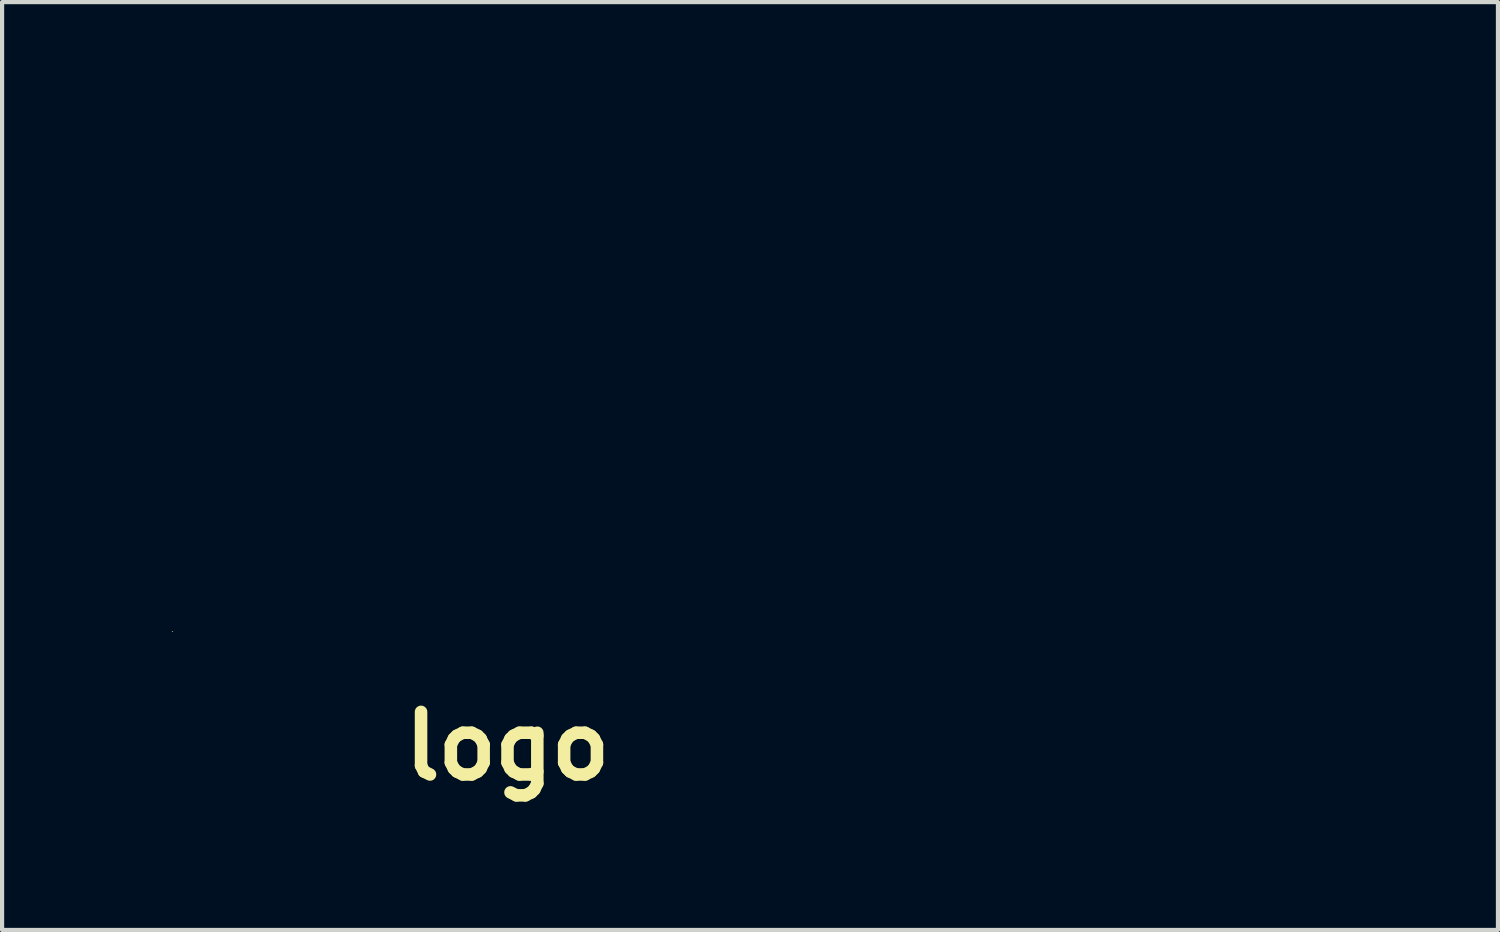
<source format=kicad_pcb>
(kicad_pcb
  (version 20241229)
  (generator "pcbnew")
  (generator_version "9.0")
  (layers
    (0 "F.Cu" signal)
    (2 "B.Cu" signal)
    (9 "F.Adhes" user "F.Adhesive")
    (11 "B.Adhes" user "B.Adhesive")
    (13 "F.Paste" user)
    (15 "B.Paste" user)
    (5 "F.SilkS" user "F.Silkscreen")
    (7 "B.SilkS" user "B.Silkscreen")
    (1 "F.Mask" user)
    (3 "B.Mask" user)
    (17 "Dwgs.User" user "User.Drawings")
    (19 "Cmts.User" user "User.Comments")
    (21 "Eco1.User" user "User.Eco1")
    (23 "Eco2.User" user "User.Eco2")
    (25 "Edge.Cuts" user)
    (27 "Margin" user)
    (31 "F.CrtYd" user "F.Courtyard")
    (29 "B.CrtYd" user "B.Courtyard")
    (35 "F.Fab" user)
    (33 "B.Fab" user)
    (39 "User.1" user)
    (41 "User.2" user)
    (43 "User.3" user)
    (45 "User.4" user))
  (footprint "logo"
    (layer "F.Cu")
    (at 14.44 6.419)
    (property "Reference" "logo" (at -5.33 8.41 0) (layer "F.SilkS") (effects (font (size 1.5 1.5) (thickness 0.3))))
    (attr board_only exclude_from_pos_files exclude_from_bom)
    (fp_poly (pts (xy -4.923 -6.017) (xy -4.532 -5.626) (xy -4.917 -5.241) (xy -5.021 -5.137) (xy -5.115 -5.044) (xy -5.195 -4.966) (xy -5.258 -4.906) (xy -5.298 -4.867) (xy -5.313 -4.855) (xy -5.33 -4.869) (xy -5.373 -4.909) (xy -5.437 -4.971) (xy -5.518 -5.05) (xy -5.612 -5.144) (xy -5.709 -5.241) (xy -6.094 -5.626) (xy -5.704 -6.017) (xy -5.313 -6.407)) (stroke (width 0) (type solid)) (fill yes) (layer "F.Mask"))
    (fp_poly (pts (xy -1.73 -4.954) (xy -1.729 -4.168) (xy -1.304 -4.163) (xy -0.878 -4.157) (xy -1.151 -3.818) (xy -1.425 -3.48) (xy -1.577 -3.48) (xy -1.729 -3.48) (xy -1.729 -1.953) (xy -1.729 -1.612) (xy -1.728 -1.31) (xy -1.726 -1.049) (xy -1.724 -0.829) (xy -1.721 -0.649) (xy -1.718 -0.511) (xy -1.714 -0.414) (xy -1.709 -0.358) (xy -1.707 -0.348) (xy -1.67 -0.267) (xy -1.606 -0.183) (xy -1.529 -0.108) (xy -1.464 -0.065) (xy -1.393 -0.029) (xy -1.497 0.035) (xy -1.602 0.124) (xy -1.66 0.201) (xy -1.719 0.302) (xy -1.725 1.685) (xy -1.726 1.96) (xy -1.727 2.196) (xy -1.727 2.396) (xy -1.727 2.564) (xy -1.726 2.702) (xy -1.725 2.814) (xy -1.724 2.902) (xy -1.721 2.97) (xy -1.718 3.02) (xy -1.714 3.056) (xy -1.709 3.081) (xy -1.702 3.097) (xy -1.695 3.108) (xy -1.694 3.11) (xy -1.614 3.172) (xy -1.511 3.216) (xy -1.401 3.235) (xy -1.385 3.236) (xy -1.306 3.23) (xy -1.238 3.211) (xy -1.168 3.172) (xy -1.099 3.121) (xy -1.048 3.084) (xy -1.024 3.075) (xy -1.022 3.088) (xy -1.042 3.121) (xy -1.079 3.171) (xy -1.131 3.233) (xy -1.196 3.304) (xy -1.271 3.382) (xy -1.352 3.461) (xy -1.406 3.511) (xy -1.559 3.655) (xy -1.703 3.805) (xy -1.836 3.954) (xy -1.952 4.098) (xy -2.047 4.23) (xy -2.116 4.346) (xy -2.146 4.412) (xy -2.18 4.503) (xy -2.611 4.102) (xy -3.042 3.701) (xy -3.043 2.064) (xy -3.043 1.755) (xy -3.044 1.47) (xy -3.045 1.213) (xy -3.047 0.985) (xy -3.049 0.787) (xy -3.052 0.623) (xy -3.055 0.494) (xy -3.059 0.401) (xy -3.062 0.348) (xy -3.064 0.338) (xy -3.111 0.214) (xy -3.188 0.107) (xy -3.286 0.028) (xy -3.377 -0.026) (xy -3.319 -0.056) (xy -3.218 -0.128) (xy -3.13 -0.228) (xy -3.098 -0.281) (xy -3.089 -0.297) (xy -3.082 -0.315) (xy -3.076 -0.335) (xy -3.07 -0.363) (xy -3.066 -0.4) (xy -3.062 -0.45) (xy -3.059 -0.516) (xy -3.056 -0.6) (xy -3.054 -0.705) (xy -3.052 -0.835) (xy -3.051 -0.992) (xy -3.05 -1.179) (xy -3.049 -1.4) (xy -3.048 -1.656) (xy -3.047 -1.922) (xy -3.041 -3.48) (xy -3.365 -3.48) (xy -3.475 -3.481) (xy -3.57 -3.483) (xy -3.641 -3.487) (xy -3.681 -3.493) (xy -3.688 -3.496) (xy -3.678 -3.518) (xy -3.651 -3.571) (xy -3.609 -3.647) (xy -3.556 -3.741) (xy -3.502 -3.834) (xy -3.317 -4.157) (xy -3.08 -4.17) (xy -2.968 -4.178) (xy -2.865 -4.191) (xy -2.785 -4.207) (xy -2.755 -4.216) (xy -2.584 -4.302) (xy -2.422 -4.427) (xy -2.27 -4.591) (xy -2.129 -4.792) (xy -1.999 -5.029) (xy -1.881 -5.301) (xy -1.822 -5.468) (xy -1.73 -5.741)) (stroke (width 0) (type solid)) (fill yes) (layer "F.Mask"))
    (fp_poly (pts (xy -5.722 -4.175) (xy -5.68 -4.141) (xy -5.619 -4.089) (xy -5.544 -4.024) (xy -5.518 -4.001) (xy -5.32 -3.835) (xy -5.13 -3.697) (xy -4.953 -3.588) (xy -4.834 -3.529) (xy -4.758 -3.499) (xy -4.69 -3.481) (xy -4.614 -3.473) (xy -4.513 -3.47) (xy -4.508 -3.47) (xy -4.418 -3.469) (xy -4.363 -3.465) (xy -4.337 -3.458) (xy -4.331 -3.446) (xy -4.335 -3.436) (xy -4.368 -3.39) (xy -4.42 -3.329) (xy -4.481 -3.264) (xy -4.54 -3.209) (xy -4.586 -3.172) (xy -4.592 -3.168) (xy -4.647 -3.139) (xy -4.646 -1.783) (xy -4.646 -1.511) (xy -4.646 -1.278) (xy -4.645 -1.08) (xy -4.644 -0.914) (xy -4.643 -0.777) (xy -4.641 -0.666) (xy -4.639 -0.577) (xy -4.636 -0.508) (xy -4.632 -0.456) (xy -4.628 -0.416) (xy -4.622 -0.387) (xy -4.615 -0.364) (xy -4.608 -0.346) (xy -4.607 -0.344) (xy -4.546 -0.249) (xy -4.459 -0.161) (xy -4.365 -0.097) (xy -4.329 -0.075) (xy -4.33 -0.064) (xy -4.341 -0.063) (xy -4.381 -0.047) (xy -4.436 -0.004) (xy -4.496 0.055) (xy -4.553 0.122) (xy -4.598 0.187) (xy -4.624 0.242) (xy -4.629 0.282) (xy -4.634 0.363) (xy -4.638 0.484) (xy -4.641 0.646) (xy -4.643 0.848) (xy -4.645 1.091) (xy -4.646 1.376) (xy -4.646 1.679) (xy -4.647 3.034) (xy -4.585 3.093) (xy -4.504 3.147) (xy -4.401 3.182) (xy -4.293 3.194) (xy -4.237 3.189) (xy -4.181 3.177) (xy -4.136 3.161) (xy -4.091 3.134) (xy -4.03 3.089) (xy -4.013 3.076) (xy -3.963 3.04) (xy -3.943 3.032) (xy -3.951 3.052) (xy -3.988 3.099) (xy -4.053 3.173) (xy -4.146 3.273) (xy -4.266 3.398) (xy -4.412 3.549) (xy -4.416 3.553) (xy -4.593 3.736) (xy -4.74 3.896) (xy -4.859 4.034) (xy -4.952 4.153) (xy -5.022 4.256) (xy -5.07 4.345) (xy -5.087 4.386) (xy -5.107 4.433) (xy -5.122 4.457) (xy -5.125 4.458) (xy -5.142 4.444) (xy -5.186 4.405) (xy -5.252 4.344) (xy -5.336 4.266) (xy -5.434 4.173) (xy -5.543 4.07) (xy -5.557 4.057) (xy -5.978 3.657) (xy -5.979 1.974) (xy -5.979 1.66) (xy -5.98 1.385) (xy -5.981 1.146) (xy -5.982 0.942) (xy -5.983 0.769) (xy -5.985 0.625) (xy -5.987 0.508) (xy -5.99 0.414) (xy -5.993 0.342) (xy -5.997 0.288) (xy -6.002 0.251) (xy -6.007 0.228) (xy -6.009 0.222) (xy -6.067 0.123) (xy -6.151 0.035) (xy -6.244 -0.028) (xy -6.25 -0.031) (xy -6.335 -0.069) (xy -6.256 -0.105) (xy -6.191 -0.144) (xy -6.126 -0.197) (xy -6.111 -0.211) (xy -6.084 -0.24) (xy -6.061 -0.267) (xy -6.041 -0.295) (xy -6.025 -0.328) (xy -6.012 -0.369) (xy -6.002 -0.421) (xy -5.994 -0.489) (xy -5.988 -0.576) (xy -5.985 -0.685) (xy -5.982 -0.819) (xy -5.981 -0.982) (xy -5.98 -1.178) (xy -5.98 -1.41) (xy -5.98 -1.578) (xy -5.98 -2.72) (xy -6.087 -2.758) (xy -6.203 -2.808) (xy -6.313 -2.871) (xy -6.402 -2.938) (xy -6.447 -2.985) (xy -6.497 -3.049) (xy -6.121 -3.613) (xy -6.03 -3.75) (xy -5.947 -3.875) (xy -5.874 -3.984) (xy -5.814 -4.074) (xy -5.77 -4.14) (xy -5.744 -4.177) (xy -5.739 -4.185)) (stroke (width 0) (type solid)) (fill yes) (layer "F.Mask"))
    (fp_poly (pts (xy 12.743 -4.128) (xy 12.767 -4.116) (xy 12.826 -4.091) (xy 12.915 -4.054) (xy 13.031 -4.008) (xy 13.167 -3.954) (xy 13.321 -3.894) (xy 13.487 -3.829) (xy 13.662 -3.762) (xy 13.841 -3.693) (xy 14.019 -3.625) (xy 14.193 -3.559) (xy 14.357 -3.497) (xy 14.508 -3.441) (xy 14.641 -3.391) (xy 14.751 -3.351) (xy 14.835 -3.321) (xy 14.888 -3.304) (xy 14.898 -3.301) (xy 14.985 -3.284) (xy 15.061 -3.279) (xy 15.092 -3.282) (xy 15.199 -3.324) (xy 15.293 -3.397) (xy 15.356 -3.483) (xy 15.402 -3.574) (xy 15.39 -3.46) (xy 15.356 -3.31) (xy 15.288 -3.175) (xy 15.192 -3.063) (xy 15.073 -2.98) (xy 14.988 -2.944) (xy 14.877 -2.91) (xy 14.877 -2.626) (xy 14.878 -2.508) (xy 14.881 -2.423) (xy 14.887 -2.361) (xy 14.897 -2.314) (xy 14.913 -2.272) (xy 14.924 -2.25) (xy 14.968 -2.183) (xy 15.022 -2.125) (xy 15.042 -2.11) (xy 15.113 -2.063) (xy 15.041 -2.063) (xy 14.954 -2.054) (xy 14.844 -2.03) (xy 14.727 -1.994) (xy 14.616 -1.95) (xy 14.609 -1.947) (xy 14.5 -1.891) (xy 14.391 -1.821) (xy 14.278 -1.735) (xy 14.158 -1.628) (xy 14.027 -1.498) (xy 13.882 -1.342) (xy 13.719 -1.156) (xy 13.598 -1.012) (xy 13.502 -0.897) (xy 13.405 -0.784) (xy 13.315 -0.678) (xy 13.237 -0.589) (xy 13.177 -0.522) (xy 13.165 -0.509) (xy 12.965 -0.316) (xy 12.758 -0.157) (xy 12.547 -0.035) (xy 12.336 0.048) (xy 12.286 0.062) (xy 12.137 0.099) (xy 12.132 1.401) (xy 12.131 1.678) (xy 12.131 1.916) (xy 12.131 2.117) (xy 12.131 2.284) (xy 12.133 2.42) (xy 12.135 2.527) (xy 12.138 2.608) (xy 12.141 2.666) (xy 12.146 2.702) (xy 12.151 2.721) (xy 12.153 2.723) (xy 12.179 2.736) (xy 12.238 2.761) (xy 12.325 2.795) (xy 12.434 2.838) (xy 12.56 2.887) (xy 12.697 2.94) (xy 12.84 2.994) (xy 12.984 3.049) (xy 13.122 3.101) (xy 13.249 3.148) (xy 13.36 3.189) (xy 13.449 3.221) (xy 13.511 3.242) (xy 13.54 3.25) (xy 13.541 3.251) (xy 13.55 3.242) (xy 13.557 3.214) (xy 13.561 3.162) (xy 13.563 3.082) (xy 13.563 2.969) (xy 13.561 2.819) (xy 13.561 2.818) (xy 13.558 2.657) (xy 13.553 2.531) (xy 13.545 2.435) (xy 13.532 2.363) (xy 13.513 2.309) (xy 13.487 2.268) (xy 13.451 2.234) (xy 13.405 2.2) (xy 13.403 2.199) (xy 13.326 2.146) (xy 13.42 2.146) (xy 13.581 2.128) (xy 13.75 2.077) (xy 13.916 1.996) (xy 14.069 1.891) (xy 14.109 1.857) (xy 14.162 1.804) (xy 14.232 1.726) (xy 14.312 1.631) (xy 14.396 1.528) (xy 14.45 1.459) (xy 14.53 1.357) (xy 14.607 1.261) (xy 14.677 1.179) (xy 14.732 1.118) (xy 14.76 1.091) (xy 14.856 1.021) (xy 14.971 0.959) (xy 15.089 0.912) (xy 15.19 0.888) (xy 15.238 0.883) (xy 15.257 0.885) (xy 15.253 0.888) (xy 15.163 0.939) (xy 15.076 1.014) (xy 15.01 1.096) (xy 15.008 1.1) (xy 14.981 1.15) (xy 14.957 1.2) (xy 14.939 1.254) (xy 14.924 1.316) (xy 14.912 1.392) (xy 14.902 1.485) (xy 14.895 1.601) (xy 14.889 1.744) (xy 14.885 1.917) (xy 14.881 2.127) (xy 14.88 2.197) (xy 14.867 2.968) (xy 14.707 2.992) (xy 14.439 3.054) (xy 14.179 3.155) (xy 13.931 3.29) (xy 13.703 3.458) (xy 13.498 3.656) (xy 13.42 3.746) (xy 13.366 3.819) (xy 13.304 3.911) (xy 13.24 4.014) (xy 13.178 4.122) (xy 13.121 4.226) (xy 13.073 4.32) (xy 13.039 4.395) (xy 13.024 4.445) (xy 13.023 4.452) (xy 13.008 4.476) (xy 12.974 4.477) (xy 12.949 4.462) (xy 12.926 4.451) (xy 12.868 4.427) (xy 12.78 4.391) (xy 12.667 4.346) (xy 12.532 4.293) (xy 12.38 4.234) (xy 12.216 4.17) (xy 12.043 4.103) (xy 11.867 4.035) (xy 11.692 3.968) (xy 11.522 3.903) (xy 11.361 3.842) (xy 11.214 3.786) (xy 11.085 3.738) (xy 10.98 3.699) (xy 10.901 3.67) (xy 10.854 3.654) (xy 10.852 3.654) (xy 10.735 3.632) (xy 10.622 3.63) (xy 10.519 3.651) (xy 10.435 3.7) (xy 10.363 3.783) (xy 10.332 3.834) (xy 10.292 3.907) (xy 10.304 3.803) (xy 10.342 3.65) (xy 10.411 3.514) (xy 10.508 3.4) (xy 10.626 3.314) (xy 10.757 3.264) (xy 10.814 3.25) (xy 10.814 1.807) (xy 10.814 0.365) (xy 10.765 0.26) (xy 10.689 0.141) (xy 10.588 0.054) (xy 10.525 0.022) (xy 10.46 -0.005) (xy 10.569 -0.07) (xy 10.682 -0.161) (xy 10.741 -0.238) (xy 10.804 -0.34) (xy 10.81 -1.482) (xy 10.81 -1.511) (xy 12.127 -1.511) (xy 12.127 -1.215) (xy 12.128 -0.951) (xy 12.13 -0.719) (xy 12.131 -0.521) (xy 12.134 -0.358) (xy 12.137 -0.231) (xy 12.14 -0.143) (xy 12.144 -0.094) (xy 12.147 -0.083) (xy 12.176 -0.09) (xy 12.23 -0.109) (xy 12.277 -0.127) (xy 12.432 -0.203) (xy 12.597 -0.311) (xy 12.765 -0.444) (xy 12.928 -0.598) (xy 13.08 -0.764) (xy 13.214 -0.938) (xy 13.241 -0.977) (xy 13.35 -1.151) (xy 13.432 -1.312) (xy 13.492 -1.471) (xy 13.532 -1.638) (xy 13.555 -1.823) (xy 13.564 -2.036) (xy 13.564 -2.088) (xy 13.564 -2.204) (xy 13.562 -2.285) (xy 13.557 -2.338) (xy 13.549 -2.37) (xy 13.537 -2.387) (xy 13.528 -2.394) (xy 13.501 -2.405) (xy 13.441 -2.43) (xy 13.355 -2.464) (xy 13.246 -2.508) (xy 13.121 -2.557) (xy 12.985 -2.611) (xy 12.843 -2.666) (xy 12.7 -2.722) (xy 12.563 -2.776) (xy 12.436 -2.825) (xy 12.325 -2.868) (xy 12.235 -2.902) (xy 12.171 -2.926) (xy 12.14 -2.937) (xy 12.137 -2.938) (xy 12.136 -2.918) (xy 12.134 -2.859) (xy 12.132 -2.766) (xy 12.131 -2.641) (xy 12.13 -2.487) (xy 12.129 -2.309) (xy 12.128 -2.11) (xy 12.127 -1.892) (xy 12.127 -1.66) (xy 12.127 -1.511) (xy 10.81 -1.511) (xy 10.815 -2.624) (xy 10.893 -2.636) (xy 11.199 -2.702) (xy 11.481 -2.802) (xy 11.74 -2.936) (xy 11.975 -3.105) (xy 12.186 -3.308) (xy 12.373 -3.545) (xy 12.536 -3.816) (xy 12.561 -3.867) (xy 12.601 -3.949) (xy 12.634 -4.024) (xy 12.655 -4.078) (xy 12.659 -4.091) (xy 12.682 -4.136) (xy 12.717 -4.144)) (stroke (width 0) (type solid)) (fill yes) (layer "F.Mask"))
    (fp_poly (pts (xy 1.815 -4.131) (xy 1.846 -4.117) (xy 1.887 -4.099) (xy 1.962 -4.068) (xy 2.067 -4.026) (xy 2.196 -3.976) (xy 2.346 -3.918) (xy 2.511 -3.854) (xy 2.686 -3.786) (xy 2.867 -3.717) (xy 3.05 -3.648) (xy 3.228 -3.58) (xy 3.399 -3.516) (xy 3.556 -3.456) (xy 3.696 -3.404) (xy 3.813 -3.361) (xy 3.903 -3.329) (xy 3.961 -3.309) (xy 3.976 -3.305) (xy 4.07 -3.285) (xy 4.148 -3.279) (xy 4.174 -3.282) (xy 4.28 -3.324) (xy 4.374 -3.397) (xy 4.437 -3.483) (xy 4.484 -3.574) (xy 4.472 -3.46) (xy 4.437 -3.31) (xy 4.37 -3.175) (xy 4.274 -3.063) (xy 4.154 -2.98) (xy 4.07 -2.944) (xy 3.959 -2.91) (xy 3.959 -1.671) (xy 3.959 -1.379) (xy 3.96 -1.128) (xy 3.962 -0.915) (xy 3.964 -0.738) (xy 3.967 -0.597) (xy 3.971 -0.488) (xy 3.975 -0.411) (xy 3.98 -0.364) (xy 3.983 -0.351) (xy 4.027 -0.26) (xy 4.096 -0.17) (xy 4.178 -0.096) (xy 4.235 -0.062) (xy 4.316 -0.026) (xy 4.219 0.021) (xy 4.12 0.09) (xy 4.038 0.186) (xy 3.984 0.297) (xy 3.98 0.313) (xy 3.975 0.352) (xy 3.971 0.431) (xy 3.968 0.548) (xy 3.966 0.702) (xy 3.964 0.893) (xy 3.963 1.117) (xy 3.963 1.374) (xy 3.964 1.662) (xy 3.964 1.731) (xy 3.969 3.072) (xy 4.068 3.132) (xy 4.168 3.179) (xy 4.277 3.205) (xy 4.377 3.206) (xy 4.403 3.201) (xy 4.447 3.183) (xy 4.509 3.148) (xy 4.562 3.114) (xy 4.616 3.079) (xy 4.646 3.066) (xy 4.651 3.075) (xy 4.629 3.107) (xy 4.582 3.164) (xy 4.506 3.247) (xy 4.403 3.356) (xy 4.27 3.492) (xy 4.231 3.532) (xy 4.121 3.645) (xy 4.015 3.756) (xy 3.918 3.859) (xy 3.836 3.949) (xy 3.775 4.019) (xy 3.743 4.058) (xy 3.681 4.146) (xy 3.622 4.238) (xy 3.573 4.325) (xy 3.537 4.399) (xy 3.521 4.45) (xy 3.521 4.456) (xy 3.507 4.45) (xy 3.467 4.418) (xy 3.406 4.361) (xy 3.325 4.284) (xy 3.229 4.188) (xy 3.12 4.078) (xy 3.076 4.033) (xy 2.633 3.576) (xy 2.513 3.721) (xy 2.381 3.897) (xy 2.265 4.085) (xy 2.174 4.271) (xy 2.151 4.329) (xy 2.12 4.409) (xy 2.098 4.456) (xy 2.081 4.475) (xy 2.065 4.472) (xy 2.051 4.46) (xy 2.028 4.448) (xy 1.969 4.423) (xy 1.881 4.387) (xy 1.766 4.341) (xy 1.631 4.287) (xy 1.478 4.228) (xy 1.313 4.163) (xy 1.139 4.096) (xy 0.962 4.028) (xy 0.785 3.96) (xy 0.613 3.895) (xy 0.451 3.833) (xy 0.302 3.777) (xy 0.172 3.729) (xy 0.064 3.69) (xy -0.016 3.661) (xy -0.066 3.645) (xy -0.067 3.645) (xy -0.149 3.624) (xy -0.223 3.61) (xy -0.271 3.605) (xy -0.382 3.625) (xy -0.48 3.683) (xy -0.563 3.776) (xy -0.59 3.824) (xy -0.612 3.862) (xy -0.622 3.865) (xy -0.624 3.841) (xy -0.619 3.799) (xy -0.603 3.732) (xy -0.583 3.661) (xy -0.518 3.515) (xy -0.423 3.397) (xy -0.299 3.309) (xy -0.24 3.282) (xy -0.115 3.232) (xy -0.115 2.371) (xy -0.115 1.526) (xy 1.232 1.526) (xy 1.233 1.713) (xy 1.234 1.884) (xy 1.24 2.715) (xy 1.927 2.981) (xy 2.087 3.043) (xy 2.235 3.1) (xy 2.366 3.15) (xy 2.475 3.192) (xy 2.559 3.223) (xy 2.612 3.243) (xy 2.631 3.249) (xy 2.633 3.229) (xy 2.635 3.17) (xy 2.637 3.076) (xy 2.639 2.949) (xy 2.641 2.793) (xy 2.643 2.61) (xy 2.644 2.405) (xy 2.645 2.178) (xy 2.646 1.935) (xy 2.646 1.677) (xy 2.646 1.521) (xy 2.646 -0.208) (xy 2.537 -0.208) (xy 2.364 -0.188) (xy 2.187 -0.13) (xy 2.012 -0.039) (xy 1.843 0.083) (xy 1.686 0.232) (xy 1.543 0.404) (xy 1.421 0.596) (xy 1.381 0.672) (xy 1.344 0.747) (xy 1.314 0.811) (xy 1.29 0.87) (xy 1.271 0.927) (xy 1.256 0.989) (xy 1.245 1.059) (xy 1.238 1.143) (xy 1.234 1.246) (xy 1.232 1.372) (xy 1.232 1.526) (xy -0.115 1.526) (xy -0.115 1.511) (xy -0.181 1.371) (xy -0.228 1.285) (xy -0.285 1.198) (xy -0.333 1.139) (xy -0.419 1.045) (xy -0.319 1.032) (xy -0.128 1.003) (xy 0.047 0.966) (xy 0.211 0.916) (xy 0.37 0.851) (xy 0.529 0.768) (xy 0.695 0.665) (xy 0.872 0.538) (xy 1.068 0.385) (xy 1.219 0.26) (xy 1.414 0.099) (xy 1.585 -0.035) (xy 1.736 -0.144) (xy 1.87 -0.231) (xy 1.994 -0.298) (xy 2.111 -0.347) (xy 2.226 -0.382) (xy 2.344 -0.404) (xy 2.448 -0.414) (xy 2.636 -0.427) (xy 2.641 -1.4) (xy 2.642 -1.628) (xy 2.643 -1.817) (xy 2.643 -1.971) (xy 2.643 -2.095) (xy 2.641 -2.191) (xy 2.639 -2.263) (xy 2.636 -2.316) (xy 2.632 -2.351) (xy 2.626 -2.373) (xy 2.619 -2.386) (xy 2.61 -2.393) (xy 2.61 -2.393) (xy 2.581 -2.406) (xy 2.52 -2.431) (xy 2.432 -2.467) (xy 2.322 -2.51) (xy 2.196 -2.56) (xy 2.06 -2.614) (xy 1.917 -2.67) (xy 1.775 -2.725) (xy 1.638 -2.779) (xy 1.511 -2.828) (xy 1.401 -2.87) (xy 1.312 -2.904) (xy 1.25 -2.927) (xy 1.22 -2.938) (xy 1.218 -2.938) (xy 1.215 -2.918) (xy 1.213 -2.861) (xy 1.211 -2.771) (xy 1.211 -2.654) (xy 1.211 -2.514) (xy 1.212 -2.355) (xy 1.215 -2.183) (xy 1.219 -1.956) (xy 1.223 -1.766) (xy 1.229 -1.609) (xy 1.236 -1.48) (xy 1.246 -1.375) (xy 1.258 -1.29) (xy 1.273 -1.219) (xy 1.291 -1.158) (xy 1.314 -1.104) (xy 1.33 -1.07) (xy 1.409 -0.959) (xy 1.517 -0.867) (xy 1.552 -0.845) (xy 1.615 -0.81) (xy 1.521 -0.823) (xy 1.412 -0.846) (xy 1.308 -0.888) (xy 1.204 -0.952) (xy 1.096 -1.042) (xy 0.979 -1.161) (xy 0.849 -1.312) (xy 0.805 -1.366) (xy 0.663 -1.539) (xy 0.536 -1.679) (xy 0.42 -1.79) (xy 0.31 -1.877) (xy 0.2 -1.943) (xy 0.086 -1.993) (xy -0.037 -2.029) (xy -0.045 -2.031) (xy -0.13 -2.048) (xy -0.211 -2.059) (xy -0.258 -2.063) (xy -0.34 -2.063) (xy -0.269 -2.11) (xy -0.185 -2.187) (xy -0.132 -2.285) (xy -0.107 -2.41) (xy -0.105 -2.473) (xy -0.104 -2.624) (xy -0.026 -2.636) (xy 0.13 -2.666) (xy 0.293 -2.707) (xy 0.445 -2.753) (xy 0.547 -2.791) (xy 0.748 -2.892) (xy 0.949 -3.026) (xy 1.14 -3.184) (xy 1.311 -3.358) (xy 1.454 -3.54) (xy 1.462 -3.553) (xy 1.519 -3.644) (xy 1.579 -3.748) (xy 1.637 -3.856) (xy 1.686 -3.956) (xy 1.723 -4.039) (xy 1.741 -4.091) (xy 1.754 -4.131) (xy 1.775 -4.144)) (stroke (width 0) (type solid)) (fill yes) (layer "F.Mask"))
    (fp_poly (pts (xy 8.45 -4.133) (xy 8.493 -4.096) (xy 8.554 -4.04) (xy 8.626 -3.972) (xy 8.637 -3.962) (xy 8.823 -3.798) (xy 9.008 -3.66) (xy 9.19 -3.551) (xy 9.363 -3.471) (xy 9.524 -3.424) (xy 9.634 -3.412) (xy 9.712 -3.413) (xy 9.778 -3.419) (xy 9.811 -3.426) (xy 9.844 -3.434) (xy 9.847 -3.42) (xy 9.835 -3.396) (xy 9.805 -3.354) (xy 9.754 -3.296) (xy 9.694 -3.232) (xy 9.633 -3.172) (xy 9.581 -3.128) (xy 9.557 -3.111) (xy 9.549 -3.105) (xy 9.541 -3.093) (xy 9.535 -3.073) (xy 9.53 -3.041) (xy 9.526 -2.994) (xy 9.522 -2.928) (xy 9.519 -2.841) (xy 9.517 -2.728) (xy 9.514 -2.586) (xy 9.512 -2.412) (xy 9.509 -2.203) (xy 9.507 -1.988) (xy 9.495 -0.885) (xy 9.349 -0.85) (xy 9.25 -0.82) (xy 9.15 -0.778) (xy 9.044 -0.722) (xy 8.928 -0.647) (xy 8.795 -0.55) (xy 8.642 -0.429) (xy 8.521 -0.33) (xy 8.473 -0.287) (xy 8.444 -0.256) (xy 8.439 -0.245) (xy 8.463 -0.234) (xy 8.519 -0.211) (xy 8.602 -0.178) (xy 8.704 -0.139) (xy 8.819 -0.095) (xy 8.941 -0.049) (xy 9.063 -0.003) (xy 9.179 0.04) (xy 9.282 0.077) (xy 9.365 0.107) (xy 9.422 0.127) (xy 9.445 0.134) (xy 9.526 0.136) (xy 9.617 0.114) (xy 9.701 0.073) (xy 9.718 0.06) (xy 9.761 0.016) (xy 9.807 -0.048) (xy 9.826 -0.08) (xy 9.852 -0.126) (xy 9.867 -0.144) (xy 9.869 -0.135) (xy 9.86 -0.089) (xy 9.85 -0.023) (xy 9.847 0.000097) (xy 9.808 0.135) (xy 9.734 0.258) (xy 9.63 0.361) (xy 9.501 0.438) (xy 9.439 0.462) (xy 9.345 0.493) (xy 9.34 1.761) (xy 9.335 3.029) (xy 9.382 3.08) (xy 9.471 3.149) (xy 9.582 3.192) (xy 9.701 3.207) (xy 9.815 3.19) (xy 9.841 3.181) (xy 9.902 3.148) (xy 9.966 3.103) (xy 9.976 3.096) (xy 10.016 3.066) (xy 10.04 3.058) (xy 10.043 3.063) (xy 10.029 3.084) (xy 9.99 3.13) (xy 9.928 3.198) (xy 9.849 3.282) (xy 9.756 3.38) (xy 9.662 3.477) (xy 9.501 3.642) (xy 9.368 3.783) (xy 9.258 3.904) (xy 9.169 4.009) (xy 9.096 4.102) (xy 9.037 4.187) (xy 8.989 4.269) (xy 8.961 4.321) (xy 8.884 4.474) (xy 8.458 4.077) (xy 8.033 3.679) (xy 8.022 2.345) (xy 8.012 1.011) (xy 7.345 0.756) (xy 7.186 0.695) (xy 7.039 0.639) (xy 6.908 0.589) (xy 6.798 0.547) (xy 6.713 0.515) (xy 6.659 0.495) (xy 6.642 0.488) (xy 6.634 0.488) (xy 6.628 0.493) (xy 6.623 0.507) (xy 6.618 0.534) (xy 6.614 0.575) (xy 6.612 0.634) (xy 6.609 0.714) (xy 6.608 0.819) (xy 6.607 0.95) (xy 6.606 1.111) (xy 6.605 1.306) (xy 6.605 1.536) (xy 6.605 1.767) (xy 6.605 3.057) (xy 6.683 3.111) (xy 6.788 3.172) (xy 6.884 3.203) (xy 6.956 3.208) (xy 7.044 3.194) (xy 7.137 3.159) (xy 7.215 3.109) (xy 7.239 3.087) (xy 7.274 3.054) (xy 7.298 3.042) (xy 7.304 3.052) (xy 7.288 3.081) (xy 7.249 3.133) (xy 7.184 3.207) (xy 7.093 3.306) (xy 6.974 3.43) (xy 6.826 3.582) (xy 6.824 3.584) (xy 6.672 3.74) (xy 6.548 3.874) (xy 6.447 3.988) (xy 6.366 4.088) (xy 6.301 4.179) (xy 6.248 4.264) (xy 6.204 4.349) (xy 6.195 4.367) (xy 6.168 4.427) (xy 6.147 4.467) (xy 6.14 4.479) (xy 6.125 4.465) (xy 6.083 4.426) (xy 6.018 4.365) (xy 5.935 4.287) (xy 5.836 4.194) (xy 5.727 4.091) (xy 5.704 4.07) (xy 5.272 3.662) (xy 5.272 2.31) (xy 5.272 2.028) (xy 5.272 1.785) (xy 5.273 1.579) (xy 5.275 1.407) (xy 5.276 1.267) (xy 5.279 1.156) (xy 5.282 1.072) (xy 5.285 1.011) (xy 5.29 0.973) (xy 5.295 0.954) (xy 5.298 0.95) (xy 5.33 0.942) (xy 5.39 0.927) (xy 5.465 0.909) (xy 5.47 0.908) (xy 5.562 0.879) (xy 5.668 0.838) (xy 5.766 0.792) (xy 5.772 0.789) (xy 5.843 0.747) (xy 5.927 0.694) (xy 6.017 0.633) (xy 6.106 0.57) (xy 6.189 0.508) (xy 6.259 0.453) (xy 6.311 0.408) (xy 6.337 0.379) (xy 6.338 0.371) (xy 6.314 0.359) (xy 6.257 0.334) (xy 6.175 0.301) (xy 6.074 0.261) (xy 5.962 0.218) (xy 5.846 0.174) (xy 5.732 0.131) (xy 5.627 0.092) (xy 5.538 0.061) (xy 5.473 0.039) (xy 5.456 0.034) (xy 5.32 0.006) (xy 5.208 0.009) (xy 5.114 0.045) (xy 5.032 0.116) (xy 4.985 0.176) (xy 4.946 0.228) (xy 4.924 0.244) (xy 4.918 0.223) (xy 4.929 0.164) (xy 4.956 0.068) (xy 4.959 0.059) (xy 5.006 -0.056) (xy 5.069 -0.155) (xy 5.077 -0.165) (xy 5.14 -0.224) (xy 5.218 -0.28) (xy 5.301 -0.324) (xy 5.373 -0.35) (xy 5.402 -0.354) (xy 5.41 -0.356) (xy 5.416 -0.364) (xy 5.422 -0.381) (xy 5.426 -0.411) (xy 5.43 -0.456) (xy 5.433 -0.521) (xy 5.435 -0.607) (xy 5.436 -0.719) (xy 5.437 -0.859) (xy 5.438 -1.031) (xy 5.438 -1.238) (xy 5.438 -1.483) (xy 5.438 -1.508) (xy 5.438 -2.661) (xy 5.339 -2.699) (xy 5.245 -2.741) (xy 5.153 -2.794) (xy 5.069 -2.852) (xy 4.999 -2.91) (xy 4.95 -2.964) (xy 4.929 -3.008) (xy 4.932 -3.028) (xy 4.95 -3.057) (xy 4.987 -3.114) (xy 5.04 -3.195) (xy 5.105 -3.293) (xy 5.179 -3.404) (xy 5.258 -3.522) (xy 5.338 -3.643) (xy 5.417 -3.761) (xy 5.491 -3.871) (xy 5.557 -3.969) (xy 5.61 -4.048) (xy 5.648 -4.104) (xy 5.668 -4.132) (xy 5.669 -4.134) (xy 5.69 -4.128) (xy 5.734 -4.097) (xy 5.796 -4.046) (xy 5.87 -3.98) (xy 6.069 -3.806) (xy 6.263 -3.662) (xy 6.451 -3.549) (xy 6.628 -3.468) (xy 6.793 -3.42) (xy 6.943 -3.408) (xy 7.014 -3.416) (xy 7.074 -3.425) (xy 7.114 -3.428) (xy 7.123 -3.427) (xy 7.113 -3.41) (xy 7.077 -3.37) (xy 7.024 -3.313) (xy 6.956 -3.244) (xy 6.954 -3.242) (xy 6.777 -3.065) (xy 6.769 -1.978) (xy 6.762 -0.89) (xy 7.47 -0.612) (xy 7.632 -0.549) (xy 7.781 -0.49) (xy 7.913 -0.439) (xy 8.023 -0.395) (xy 8.108 -0.362) (xy 8.163 -0.341) (xy 8.184 -0.334) (xy 8.184 -0.334) (xy 8.185 -0.354) (xy 8.186 -0.412) (xy 8.186 -0.504) (xy 8.187 -0.627) (xy 8.188 -0.777) (xy 8.188 -0.949) (xy 8.189 -1.141) (xy 8.189 -1.348) (xy 8.189 -1.495) (xy 8.189 -2.657) (xy 8.065 -2.705) (xy 7.974 -2.747) (xy 7.881 -2.802) (xy 7.795 -2.862) (xy 7.728 -2.921) (xy 7.689 -2.968) (xy 7.684 -2.983) (xy 7.684 -3.003) (xy 7.693 -3.03) (xy 7.711 -3.069) (xy 7.742 -3.123) (xy 7.788 -3.197) (xy 7.85 -3.293) (xy 7.931 -3.416) (xy 8.034 -3.57) (xy 8.041 -3.581) (xy 8.132 -3.717) (xy 8.216 -3.842) (xy 8.291 -3.95) (xy 8.352 -4.039) (xy 8.398 -4.103) (xy 8.425 -4.14) (xy 8.431 -4.147)) (stroke (width 0) (type solid)) (fill yes) (layer "F.Mask"))
    (fp_poly (pts (xy -9.752 -6.347) (xy -9.698 -6.301) (xy -9.65 -6.265) (xy -9.634 -6.255) (xy -9.607 -6.243) (xy -9.546 -6.219) (xy -9.453 -6.182) (xy -9.333 -6.135) (xy -9.189 -6.08) (xy -9.026 -6.016) (xy -8.847 -5.947) (xy -8.656 -5.874) (xy -8.612 -5.857) (xy -8.384 -5.77) (xy -8.192 -5.697) (xy -8.031 -5.637) (xy -7.898 -5.588) (xy -7.79 -5.549) (xy -7.702 -5.52) (xy -7.632 -5.498) (xy -7.575 -5.483) (xy -7.528 -5.474) (xy -7.487 -5.468) (xy -7.476 -5.467) (xy -7.319 -5.466) (xy -7.166 -5.487) (xy -7.031 -5.529) (xy -6.998 -5.544) (xy -6.916 -5.602) (xy -6.839 -5.682) (xy -6.781 -5.772) (xy -6.754 -5.843) (xy -6.735 -5.928) (xy -6.733 -5.829) (xy -6.75 -5.674) (xy -6.807 -5.524) (xy -6.902 -5.38) (xy -7.035 -5.244) (xy -7.202 -5.117) (xy -7.404 -5.002) (xy -7.444 -4.983) (xy -7.647 -4.886) (xy -7.647 -3.634) (xy -7.647 -2.382) (xy -8.188 -2.051) (xy -8.322 -1.968) (xy -8.443 -1.892) (xy -8.547 -1.825) (xy -8.629 -1.771) (xy -8.686 -1.731) (xy -8.713 -1.709) (xy -8.714 -1.705) (xy -8.692 -1.694) (xy -8.635 -1.67) (xy -8.55 -1.636) (xy -8.441 -1.592) (xy -8.314 -1.542) (xy -8.173 -1.487) (xy -8.149 -1.478) (xy -7.964 -1.407) (xy -7.813 -1.352) (xy -7.691 -1.31) (xy -7.594 -1.282) (xy -7.516 -1.266) (xy -7.454 -1.262) (xy -7.402 -1.267) (xy -7.356 -1.282) (xy -7.313 -1.304) (xy -7.252 -1.355) (xy -7.198 -1.425) (xy -7.16 -1.5) (xy -7.147 -1.558) (xy -7.138 -1.594) (xy -7.124 -1.604) (xy -7.112 -1.588) (xy -7.107 -1.536) (xy -7.108 -1.445) (xy -7.11 -1.422) (xy -7.133 -1.253) (xy -7.186 -1.105) (xy -7.273 -0.974) (xy -7.396 -0.854) (xy -7.512 -0.771) (xy -7.647 -0.683) (xy -7.647 0.956) (xy -7.647 1.292) (xy -7.646 1.594) (xy -7.644 1.861) (xy -7.642 2.092) (xy -7.64 2.286) (xy -7.637 2.442) (xy -7.634 2.558) (xy -7.63 2.635) (xy -7.625 2.671) (xy -7.601 2.732) (xy -7.563 2.806) (xy -7.533 2.854) (xy -7.5 2.908) (xy -7.484 2.946) (xy -7.487 2.959) (xy -7.558 2.965) (xy -7.655 2.98) (xy -7.761 3) (xy -7.863 3.024) (xy -7.939 3.045) (xy -8.141 3.125) (xy -8.357 3.238) (xy -8.584 3.381) (xy -8.815 3.55) (xy -9.046 3.742) (xy -9.272 3.952) (xy -9.488 4.177) (xy -9.501 4.191) (xy -9.575 4.273) (xy -9.641 4.346) (xy -9.693 4.404) (xy -9.726 4.44) (xy -9.73 4.444) (xy -9.74 4.452) (xy -9.753 4.457) (xy -9.773 4.456) (xy -9.804 4.449) (xy -9.848 4.435) (xy -9.909 4.412) (xy -9.99 4.379) (xy -10.095 4.335) (xy -10.227 4.278) (xy -10.389 4.207) (xy -10.584 4.121) (xy -10.67 4.083) (xy -10.863 3.998) (xy -11.054 3.914) (xy -11.237 3.833) (xy -11.407 3.757) (xy -11.558 3.69) (xy -11.685 3.632) (xy -11.784 3.588) (xy -11.835 3.564) (xy -12.052 3.469) (xy -12.243 3.394) (xy -12.418 3.338) (xy -12.586 3.299) (xy -12.756 3.273) (xy -12.937 3.259) (xy -12.96 3.258) (xy -13.195 3.259) (xy -13.401 3.285) (xy -13.582 3.339) (xy -13.744 3.42) (xy -13.892 3.531) (xy -13.91 3.548) (xy -14.028 3.675) (xy -14.115 3.811) (xy -14.175 3.964) (xy -14.208 4.14) (xy -14.218 4.344) (xy -14.218 4.355) (xy -14.209 4.55) (xy -14.183 4.721) (xy -14.136 4.882) (xy -14.068 5.042) (xy -13.97 5.203) (xy -13.842 5.353) (xy -13.693 5.481) (xy -13.546 5.57) (xy -13.473 5.61) (xy -13.437 5.635) (xy -13.438 5.645) (xy -13.474 5.639) (xy -13.544 5.615) (xy -13.586 5.598) (xy -13.772 5.5) (xy -13.941 5.365) (xy -14.092 5.197) (xy -14.222 4.998) (xy -14.327 4.773) (xy -14.329 4.768) (xy -14.351 4.709) (xy -14.366 4.658) (xy -14.376 4.606) (xy -14.382 4.545) (xy -14.385 4.466) (xy -14.386 4.359) (xy -14.386 4.272) (xy -14.384 4.136) (xy -14.381 4.031) (xy -14.375 3.948) (xy -14.364 3.874) (xy -14.349 3.8) (xy -14.329 3.726) (xy -14.232 3.438) (xy -14.105 3.18) (xy -13.95 2.951) (xy -13.766 2.753) (xy -13.554 2.586) (xy -13.315 2.449) (xy -13.048 2.344) (xy -12.755 2.271) (xy -12.45 2.23) (xy -12.339 2.222) (xy -12.245 2.218) (xy -12.155 2.218) (xy -12.058 2.222) (xy -11.941 2.23) (xy -11.819 2.241) (xy -11.709 2.251) (xy -11.715 1.318) (xy -11.716 1.097) (xy -11.718 0.913) (xy -11.718 0.903) (xy -10.398 0.903) (xy -10.398 1.221) (xy -10.397 1.499) (xy -10.397 1.741) (xy -10.397 1.949) (xy -10.396 2.126) (xy -10.395 2.274) (xy -10.394 2.396) (xy -10.392 2.494) (xy -10.39 2.572) (xy -10.387 2.631) (xy -10.384 2.675) (xy -10.38 2.706) (xy -10.375 2.726) (xy -10.37 2.739) (xy -10.363 2.746) (xy -10.356 2.75) (xy -10.324 2.765) (xy -10.26 2.791) (xy -10.169 2.827) (xy -10.057 2.87) (xy -9.929 2.92) (xy -9.791 2.972) (xy -9.649 3.027) (xy -9.507 3.08) (xy -9.372 3.131) (xy -9.249 3.177) (xy -9.143 3.216) (xy -9.06 3.246) (xy -9.006 3.265) (xy -8.986 3.271) (xy -8.981 3.263) (xy -8.977 3.238) (xy -8.973 3.195) (xy -8.97 3.13) (xy -8.968 3.041) (xy -8.965 2.927) (xy -8.964 2.785) (xy -8.962 2.613) (xy -8.961 2.409) (xy -8.96 2.171) (xy -8.96 1.896) (xy -8.96 1.583) (xy -8.96 1.452) (xy -8.96 -0.368) (xy -9.642 -0.635) (xy -9.802 -0.698) (xy -9.951 -0.756) (xy -10.084 -0.807) (xy -10.196 -0.851) (xy -10.283 -0.884) (xy -10.34 -0.905) (xy -10.361 -0.912) (xy -10.367 -0.912) (xy -10.373 -0.907) (xy -10.378 -0.895) (xy -10.382 -0.872) (xy -10.385 -0.837) (xy -10.388 -0.786) (xy -10.391 -0.718) (xy -10.393 -0.629) (xy -10.394 -0.518) (xy -10.396 -0.381) (xy -10.396 -0.216) (xy -10.397 -0.02) (xy -10.397 0.208) (xy -10.397 0.472) (xy -10.398 0.774) (xy -10.398 0.903) (xy -11.718 0.903) (xy -11.719 0.763) (xy -11.721 0.643) (xy -11.724 0.548) (xy -11.727 0.476) (xy -11.731 0.422) (xy -11.737 0.382) (xy -11.744 0.352) (xy -11.752 0.329) (xy -11.762 0.308) (xy -11.766 0.3) (xy -11.852 0.184) (xy -11.97 0.093) (xy -12.084 0.04) (xy -12.149 0.015) (xy -12.194 -0.007) (xy -12.21 -0.02) (xy -12.192 -0.033) (xy -12.145 -0.053) (xy -12.091 -0.071) (xy -11.987 -0.119) (xy -11.888 -0.193) (xy -11.804 -0.283) (xy -11.747 -0.378) (xy -11.736 -0.409) (xy -11.731 -0.435) (xy -11.727 -0.481) (xy -11.723 -0.549) (xy -11.72 -0.641) (xy -11.718 -0.759) (xy -11.715 -0.905) (xy -11.714 -1.082) (xy -11.712 -1.291) (xy -11.711 -1.533) (xy -11.711 -1.813) (xy -11.71 -2.13) (xy -11.71 -2.358) (xy -11.71 -2.691) (xy -11.71 -2.984) (xy -11.711 -3.241) (xy -11.711 -3.464) (xy -11.713 -3.657) (xy -11.715 -3.821) (xy -11.717 -3.959) (xy -11.721 -4.074) (xy -11.727 -4.169) (xy -11.733 -4.246) (xy -11.741 -4.308) (xy -11.751 -4.357) (xy -11.762 -4.397) (xy -11.776 -4.429) (xy -11.792 -4.458) (xy -11.81 -4.484) (xy -11.83 -4.511) (xy -11.842 -4.526) (xy -11.877 -4.565) (xy -11.939 -4.627) (xy -12.022 -4.704) (xy -12.119 -4.793) (xy -12.226 -4.887) (xy -12.277 -4.932) (xy -12.421 -5.054) (xy -12.513 -5.129) (xy -10.398 -5.129) (xy -10.398 -3.158) (xy -10.397 -2.837) (xy -10.397 -2.539) (xy -10.396 -2.265) (xy -10.395 -2.017) (xy -10.393 -1.798) (xy -10.391 -1.609) (xy -10.389 -1.452) (xy -10.386 -1.33) (xy -10.384 -1.244) (xy -10.381 -1.197) (xy -10.378 -1.188) (xy -10.357 -1.202) (xy -10.315 -1.241) (xy -10.261 -1.296) (xy -10.241 -1.318) (xy -10.129 -1.448) (xy -10.009 -1.6) (xy -9.891 -1.761) (xy -9.785 -1.915) (xy -9.741 -1.985) (xy -9.641 -2.146) (xy -9.554 -2.066) (xy -9.519 -2.036) (xy -9.477 -2.007) (xy -9.422 -1.977) (xy -9.35 -1.943) (xy -9.255 -1.903) (xy -9.131 -1.854) (xy -8.986 -1.797) (xy -8.98 -1.803) (xy -8.976 -1.825) (xy -8.972 -1.867) (xy -8.969 -1.93) (xy -8.967 -2.018) (xy -8.965 -2.132) (xy -8.964 -2.276) (xy -8.963 -2.452) (xy -8.963 -2.662) (xy -8.964 -2.908) (xy -8.965 -3.189) (xy -8.97 -4.59) (xy -9.64 -4.845) (xy -9.799 -4.906) (xy -9.947 -4.962) (xy -10.08 -5.012) (xy -10.192 -5.055) (xy -10.278 -5.087) (xy -10.334 -5.108) (xy -10.353 -5.115) (xy -10.398 -5.129) (xy -12.513 -5.129) (xy -12.538 -5.15) (xy -12.636 -5.217) (xy -12.719 -5.258) (xy -12.794 -5.272) (xy -12.866 -5.259) (xy -12.941 -5.218) (xy -13.024 -5.151) (xy -13.122 -5.057) (xy -13.231 -4.945) (xy -13.474 -4.683) (xy -13.683 -4.436) (xy -13.859 -4.2) (xy -14.005 -3.971) (xy -14.125 -3.745) (xy -14.22 -3.519) (xy -14.264 -3.386) (xy -14.298 -3.272) (xy -14.321 -3.182) (xy -14.334 -3.102) (xy -14.341 -3.016) (xy -14.344 -2.91) (xy -14.344 -2.896) (xy -14.341 -2.732) (xy -14.326 -2.596) (xy -14.298 -2.473) (xy -14.252 -2.351) (xy -14.229 -2.299) (xy -14.139 -2.155) (xy -14.019 -2.035) (xy -13.873 -1.942) (xy -13.708 -1.88) (xy -13.528 -1.849) (xy -13.337 -1.853) (xy -13.325 -1.854) (xy -13.121 -1.898) (xy -12.932 -1.978) (xy -12.756 -2.094) (xy -12.609 -2.227) (xy -12.561 -2.275) (xy -12.535 -2.296) (xy -12.533 -2.29) (xy -12.54 -2.279) (xy -12.641 -2.161) (xy -12.774 -2.049) (xy -12.93 -1.951) (xy -13.099 -1.872) (xy -13.245 -1.825) (xy -13.438 -1.796) (xy -13.628 -1.806) (xy -13.808 -1.854) (xy -13.974 -1.937) (xy -14.122 -2.054) (xy -14.247 -2.202) (xy -14.301 -2.289) (xy -14.34 -2.379) (xy -14.376 -2.497) (xy -14.407 -2.629) (xy -14.429 -2.76) (xy -14.439 -2.878) (xy -14.44 -2.899) (xy -14.432 -3.02) (xy -14.41 -3.166) (xy -14.377 -3.326) (xy -14.335 -3.486) (xy -14.321 -3.53) (xy -14.229 -3.771) (xy -14.101 -4.025) (xy -13.938 -4.29) (xy -13.744 -4.563) (xy -13.52 -4.841) (xy -13.268 -5.123) (xy -12.992 -5.406) (xy -12.693 -5.686) (xy -12.372 -5.961) (xy -12.079 -6.194) (xy -11.984 -6.266) (xy -11.899 -6.329) (xy -11.831 -6.378) (xy -11.786 -6.409) (xy -11.769 -6.418) (xy -11.746 -6.401) (xy -11.74 -6.389) (xy -11.722 -6.369) (xy -11.679 -6.324) (xy -11.613 -6.26) (xy -11.529 -6.179) (xy -11.432 -6.086) (xy -11.325 -5.985) (xy -11.212 -5.879) (xy -11.098 -5.773) (xy -10.987 -5.67) (xy -10.883 -5.574) (xy -10.79 -5.489) (xy -10.712 -5.419) (xy -10.654 -5.367) (xy -10.619 -5.339) (xy -10.611 -5.334) (xy -10.587 -5.349) (xy -10.542 -5.389) (xy -10.48 -5.449) (xy -10.408 -5.523) (xy -10.332 -5.604) (xy -10.256 -5.687) (xy -10.187 -5.766) (xy -10.13 -5.834) (xy -10.091 -5.886) (xy -10.091 -5.886) (xy -10.017 -6.006) (xy -9.947 -6.133) (xy -9.89 -6.254) (xy -9.857 -6.34) (xy -9.831 -6.419)) (stroke (width 0) (type solid)) (fill yes) (layer "F.Mask"))
    (fp_poly (pts (xy -13.342 5.654) (xy -13.345 5.666) (xy -13.356 5.668) (xy -13.374 5.66) (xy -13.37 5.654) (xy -13.346 5.651)) (stroke (width 0) (type solid)) (fill yes) (layer "F.SilkS")))
  (gr_rect
    (start -3 -3)
    (end 32.842 19.233)
    (stroke (width 0.1) (type default))
    (fill no)
    (layer "Edge.Cuts")))
</source>
